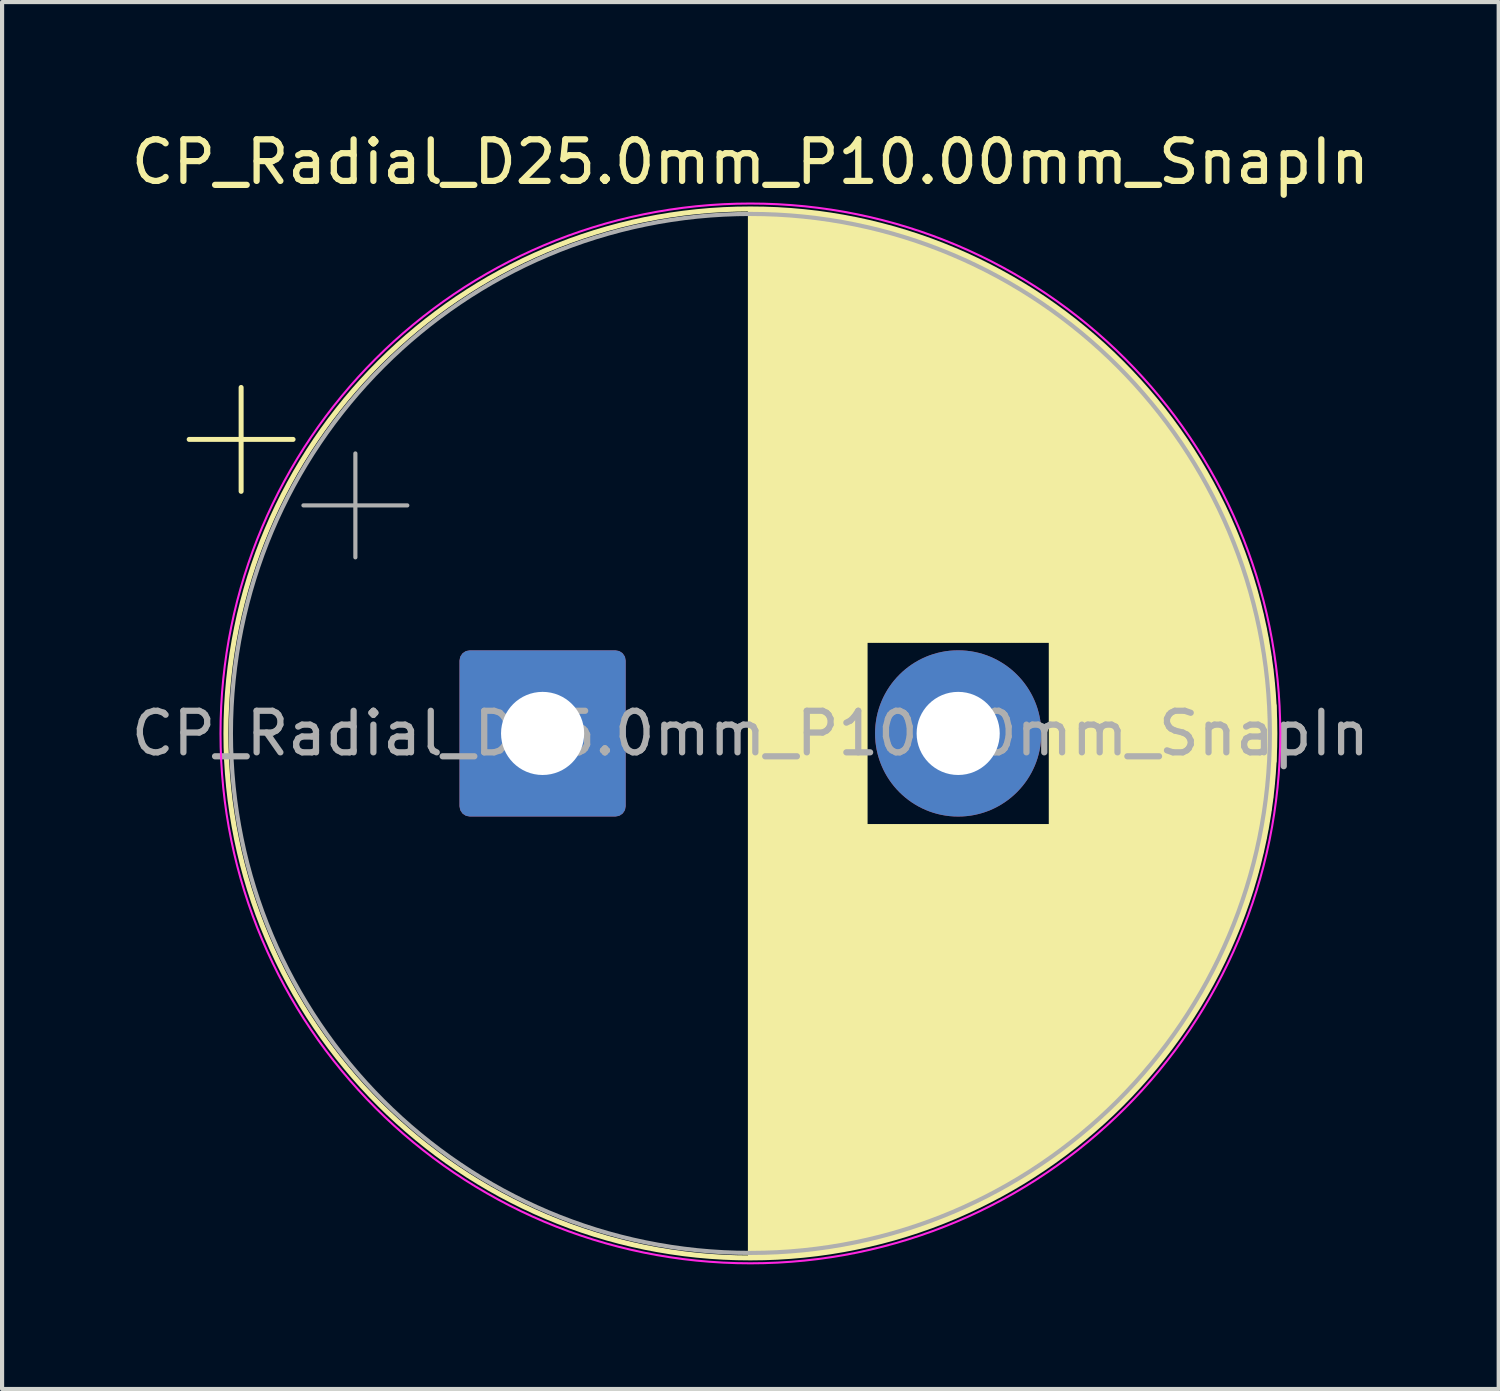
<source format=kicad_pcb>
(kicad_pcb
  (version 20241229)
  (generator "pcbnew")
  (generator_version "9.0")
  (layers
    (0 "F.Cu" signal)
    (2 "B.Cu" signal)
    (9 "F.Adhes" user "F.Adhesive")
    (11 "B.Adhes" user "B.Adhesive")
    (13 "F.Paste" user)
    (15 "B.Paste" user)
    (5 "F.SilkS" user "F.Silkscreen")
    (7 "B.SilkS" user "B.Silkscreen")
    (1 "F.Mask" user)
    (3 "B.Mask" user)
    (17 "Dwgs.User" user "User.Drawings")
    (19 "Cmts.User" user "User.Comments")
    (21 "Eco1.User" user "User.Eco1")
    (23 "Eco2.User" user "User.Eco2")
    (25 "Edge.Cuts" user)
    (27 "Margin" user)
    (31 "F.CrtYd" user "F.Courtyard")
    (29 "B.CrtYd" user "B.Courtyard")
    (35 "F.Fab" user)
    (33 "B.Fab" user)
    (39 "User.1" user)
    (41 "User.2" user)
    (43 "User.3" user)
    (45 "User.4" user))
  (footprint "CP_Radial_D25.0mm_P10.00mm_SnapIn"
    (layer "F.Cu")
    (at 10.006 14.598)
    (property "Reference" "CP_Radial_D25.0mm_P10.00mm_SnapIn" (at 5 -13.75 0) (layer "F.SilkS") (effects (font (size 1 1) (thickness 0.15))))
    (attr through_hole)
    (fp_line (start -8.504 -7.075) (end -6.004 -7.075) (stroke (width 0.12) (type solid)) (layer "F.SilkS"))
    (fp_line (start -7.254 -8.325) (end -7.254 -5.825) (stroke (width 0.12) (type solid)) (layer "F.SilkS"))
    (fp_line (start 5 -12.58) (end 5 12.58) (stroke (width 0.12) (type solid)) (layer "F.SilkS"))
    (fp_line (start 5.04 -12.58) (end 5.04 12.58) (stroke (width 0.12) (type solid)) (layer "F.SilkS"))
    (fp_line (start 5.08 -12.58) (end 5.08 12.58) (stroke (width 0.12) (type solid)) (layer "F.SilkS"))
    (fp_line (start 5.12 -12.579) (end 5.12 12.579) (stroke (width 0.12) (type solid)) (layer "F.SilkS"))
    (fp_line (start 5.16 -12.579) (end 5.16 12.579) (stroke (width 0.12) (type solid)) (layer "F.SilkS"))
    (fp_line (start 5.2 -12.578) (end 5.2 12.578) (stroke (width 0.12) (type solid)) (layer "F.SilkS"))
    (fp_line (start 5.24 -12.578) (end 5.24 12.578) (stroke (width 0.12) (type solid)) (layer "F.SilkS"))
    (fp_line (start 5.28 -12.577) (end 5.28 12.577) (stroke (width 0.12) (type solid)) (layer "F.SilkS"))
    (fp_line (start 5.32 -12.576) (end 5.32 12.576) (stroke (width 0.12) (type solid)) (layer "F.SilkS"))
    (fp_line (start 5.36 -12.575) (end 5.36 12.575) (stroke (width 0.12) (type solid)) (layer "F.SilkS"))
    (fp_line (start 5.4 -12.574) (end 5.4 12.574) (stroke (width 0.12) (type solid)) (layer "F.SilkS"))
    (fp_line (start 5.44 -12.572) (end 5.44 12.572) (stroke (width 0.12) (type solid)) (layer "F.SilkS"))
    (fp_line (start 5.48 -12.571) (end 5.48 12.571) (stroke (width 0.12) (type solid)) (layer "F.SilkS"))
    (fp_line (start 5.52 -12.569) (end 5.52 12.569) (stroke (width 0.12) (type solid)) (layer "F.SilkS"))
    (fp_line (start 5.56 -12.568) (end 5.56 12.568) (stroke (width 0.12) (type solid)) (layer "F.SilkS"))
    (fp_line (start 5.6 -12.566) (end 5.6 12.566) (stroke (width 0.12) (type solid)) (layer "F.SilkS"))
    (fp_line (start 5.64 -12.564) (end 5.64 12.564) (stroke (width 0.12) (type solid)) (layer "F.SilkS"))
    (fp_line (start 5.68 -12.562) (end 5.68 12.562) (stroke (width 0.12) (type solid)) (layer "F.SilkS"))
    (fp_line (start 5.72 -12.559) (end 5.72 12.559) (stroke (width 0.12) (type solid)) (layer "F.SilkS"))
    (fp_line (start 5.76 -12.557) (end 5.76 12.557) (stroke (width 0.12) (type solid)) (layer "F.SilkS"))
    (fp_line (start 5.8 -12.555) (end 5.8 12.555) (stroke (width 0.12) (type solid)) (layer "F.SilkS"))
    (fp_line (start 5.84 -12.552) (end 5.84 12.552) (stroke (width 0.12) (type solid)) (layer "F.SilkS"))
    (fp_line (start 5.88 -12.549) (end 5.88 12.549) (stroke (width 0.12) (type solid)) (layer "F.SilkS"))
    (fp_line (start 5.92 -12.546) (end 5.92 12.546) (stroke (width 0.12) (type solid)) (layer "F.SilkS"))
    (fp_line (start 5.96 -12.543) (end 5.96 12.543) (stroke (width 0.12) (type solid)) (layer "F.SilkS"))
    (fp_line (start 6 -12.54) (end 6 12.54) (stroke (width 0.12) (type solid)) (layer "F.SilkS"))
    (fp_line (start 6.04 -12.537) (end 6.04 12.537) (stroke (width 0.12) (type solid)) (layer "F.SilkS"))
    (fp_line (start 6.08 -12.534) (end 6.08 12.534) (stroke (width 0.12) (type solid)) (layer "F.SilkS"))
    (fp_line (start 6.12 -12.53) (end 6.12 12.53) (stroke (width 0.12) (type solid)) (layer "F.SilkS"))
    (fp_line (start 6.16 -12.527) (end 6.16 12.527) (stroke (width 0.12) (type solid)) (layer "F.SilkS"))
    (fp_line (start 6.2 -12.523) (end 6.2 12.523) (stroke (width 0.12) (type solid)) (layer "F.SilkS"))
    (fp_line (start 6.24 -12.519) (end 6.24 12.519) (stroke (width 0.12) (type solid)) (layer "F.SilkS"))
    (fp_line (start 6.28 -12.515) (end 6.28 12.515) (stroke (width 0.12) (type solid)) (layer "F.SilkS"))
    (fp_line (start 6.32 -12.511) (end 6.32 12.511) (stroke (width 0.12) (type solid)) (layer "F.SilkS"))
    (fp_line (start 6.36 -12.507) (end 6.36 12.507) (stroke (width 0.12) (type solid)) (layer "F.SilkS"))
    (fp_line (start 6.4 -12.502) (end 6.4 12.502) (stroke (width 0.12) (type solid)) (layer "F.SilkS"))
    (fp_line (start 6.44 -12.498) (end 6.44 12.498) (stroke (width 0.12) (type solid)) (layer "F.SilkS"))
    (fp_line (start 6.48 -12.493) (end 6.48 12.493) (stroke (width 0.12) (type solid)) (layer "F.SilkS"))
    (fp_line (start 6.52 -12.488) (end 6.52 12.488) (stroke (width 0.12) (type solid)) (layer "F.SilkS"))
    (fp_line (start 6.56 -12.483) (end 6.56 12.483) (stroke (width 0.12) (type solid)) (layer "F.SilkS"))
    (fp_line (start 6.6 -12.478) (end 6.6 12.478) (stroke (width 0.12) (type solid)) (layer "F.SilkS"))
    (fp_line (start 6.64 -12.473) (end 6.64 12.473) (stroke (width 0.12) (type solid)) (layer "F.SilkS"))
    (fp_line (start 6.68 -12.468) (end 6.68 12.468) (stroke (width 0.12) (type solid)) (layer "F.SilkS"))
    (fp_line (start 6.72 -12.462) (end 6.72 12.462) (stroke (width 0.12) (type solid)) (layer "F.SilkS"))
    (fp_line (start 6.76 -12.457) (end 6.76 12.457) (stroke (width 0.12) (type solid)) (layer "F.SilkS"))
    (fp_line (start 6.8 -12.451) (end 6.8 12.451) (stroke (width 0.12) (type solid)) (layer "F.SilkS"))
    (fp_line (start 6.84 -12.445) (end 6.84 12.445) (stroke (width 0.12) (type solid)) (layer "F.SilkS"))
    (fp_line (start 6.88 -12.439) (end 6.88 12.439) (stroke (width 0.12) (type solid)) (layer "F.SilkS"))
    (fp_line (start 6.92 -12.433) (end 6.92 12.433) (stroke (width 0.12) (type solid)) (layer "F.SilkS"))
    (fp_line (start 6.96 -12.427) (end 6.96 12.427) (stroke (width 0.12) (type solid)) (layer "F.SilkS"))
    (fp_line (start 7 -12.421) (end 7 12.421) (stroke (width 0.12) (type solid)) (layer "F.SilkS"))
    (fp_line (start 7.04 -12.414) (end 7.04 12.414) (stroke (width 0.12) (type solid)) (layer "F.SilkS"))
    (fp_line (start 7.08 -12.407) (end 7.08 12.407) (stroke (width 0.12) (type solid)) (layer "F.SilkS"))
    (fp_line (start 7.12 -12.401) (end 7.12 12.401) (stroke (width 0.12) (type solid)) (layer "F.SilkS"))
    (fp_line (start 7.16 -12.394) (end 7.16 12.394) (stroke (width 0.12) (type solid)) (layer "F.SilkS"))
    (fp_line (start 7.2 -12.387) (end 7.2 12.387) (stroke (width 0.12) (type solid)) (layer "F.SilkS"))
    (fp_line (start 7.24 -12.38) (end 7.24 12.38) (stroke (width 0.12) (type solid)) (layer "F.SilkS"))
    (fp_line (start 7.28 -12.372) (end 7.28 12.372) (stroke (width 0.12) (type solid)) (layer "F.SilkS"))
    (fp_line (start 7.32 -12.365) (end 7.32 12.365) (stroke (width 0.12) (type solid)) (layer "F.SilkS"))
    (fp_line (start 7.36 -12.357) (end 7.36 12.357) (stroke (width 0.12) (type solid)) (layer "F.SilkS"))
    (fp_line (start 7.4 -12.35) (end 7.4 12.35) (stroke (width 0.12) (type solid)) (layer "F.SilkS"))
    (fp_line (start 7.44 -12.342) (end 7.44 12.342) (stroke (width 0.12) (type solid)) (layer "F.SilkS"))
    (fp_line (start 7.48 -12.334) (end 7.48 12.334) (stroke (width 0.12) (type solid)) (layer "F.SilkS"))
    (fp_line (start 7.52 -12.326) (end 7.52 12.326) (stroke (width 0.12) (type solid)) (layer "F.SilkS"))
    (fp_line (start 7.56 -12.318) (end 7.56 12.318) (stroke (width 0.12) (type solid)) (layer "F.SilkS"))
    (fp_line (start 7.6 -12.309) (end 7.6 12.309) (stroke (width 0.12) (type solid)) (layer "F.SilkS"))
    (fp_line (start 7.64 -12.301) (end 7.64 12.301) (stroke (width 0.12) (type solid)) (layer "F.SilkS"))
    (fp_line (start 7.68 -12.292) (end 7.68 12.292) (stroke (width 0.12) (type solid)) (layer "F.SilkS"))
    (fp_line (start 7.72 -12.283) (end 7.72 12.283) (stroke (width 0.12) (type solid)) (layer "F.SilkS"))
    (fp_line (start 7.76 -12.274) (end 7.76 12.274) (stroke (width 0.12) (type solid)) (layer "F.SilkS"))
    (fp_line (start 7.8 -12.265) (end 7.8 -2.24) (stroke (width 0.12) (type solid)) (layer "F.SilkS"))
    (fp_line (start 7.8 2.24) (end 7.8 12.265) (stroke (width 0.12) (type solid)) (layer "F.SilkS"))
    (fp_line (start 7.84 -12.256) (end 7.84 -2.24) (stroke (width 0.12) (type solid)) (layer "F.SilkS"))
    (fp_line (start 7.84 2.24) (end 7.84 12.256) (stroke (width 0.12) (type solid)) (layer "F.SilkS"))
    (fp_line (start 7.88 -12.247) (end 7.88 -2.24) (stroke (width 0.12) (type solid)) (layer "F.SilkS"))
    (fp_line (start 7.88 2.24) (end 7.88 12.247) (stroke (width 0.12) (type solid)) (layer "F.SilkS"))
    (fp_line (start 7.92 -12.238) (end 7.92 -2.24) (stroke (width 0.12) (type solid)) (layer "F.SilkS"))
    (fp_line (start 7.92 2.24) (end 7.92 12.238) (stroke (width 0.12) (type solid)) (layer "F.SilkS"))
    (fp_line (start 7.96 -12.228) (end 7.96 -2.24) (stroke (width 0.12) (type solid)) (layer "F.SilkS"))
    (fp_line (start 7.96 2.24) (end 7.96 12.228) (stroke (width 0.12) (type solid)) (layer "F.SilkS"))
    (fp_line (start 8 -12.218) (end 8 -2.24) (stroke (width 0.12) (type solid)) (layer "F.SilkS"))
    (fp_line (start 8 2.24) (end 8 12.218) (stroke (width 0.12) (type solid)) (layer "F.SilkS"))
    (fp_line (start 8.04 -12.208) (end 8.04 -2.24) (stroke (width 0.12) (type solid)) (layer "F.SilkS"))
    (fp_line (start 8.04 2.24) (end 8.04 12.208) (stroke (width 0.12) (type solid)) (layer "F.SilkS"))
    (fp_line (start 8.08 -12.198) (end 8.08 -2.24) (stroke (width 0.12) (type solid)) (layer "F.SilkS"))
    (fp_line (start 8.08 2.24) (end 8.08 12.198) (stroke (width 0.12) (type solid)) (layer "F.SilkS"))
    (fp_line (start 8.12 -12.188) (end 8.12 -2.24) (stroke (width 0.12) (type solid)) (layer "F.SilkS"))
    (fp_line (start 8.12 2.24) (end 8.12 12.188) (stroke (width 0.12) (type solid)) (layer "F.SilkS"))
    (fp_line (start 8.16 -12.178) (end 8.16 -2.24) (stroke (width 0.12) (type solid)) (layer "F.SilkS"))
    (fp_line (start 8.16 2.24) (end 8.16 12.178) (stroke (width 0.12) (type solid)) (layer "F.SilkS"))
    (fp_line (start 8.2 -12.168) (end 8.2 -2.24) (stroke (width 0.12) (type solid)) (layer "F.SilkS"))
    (fp_line (start 8.2 2.24) (end 8.2 12.168) (stroke (width 0.12) (type solid)) (layer "F.SilkS"))
    (fp_line (start 8.24 -12.157) (end 8.24 -2.24) (stroke (width 0.12) (type solid)) (layer "F.SilkS"))
    (fp_line (start 8.24 2.24) (end 8.24 12.157) (stroke (width 0.12) (type solid)) (layer "F.SilkS"))
    (fp_line (start 8.28 -12.146) (end 8.28 -2.24) (stroke (width 0.12) (type solid)) (layer "F.SilkS"))
    (fp_line (start 8.28 2.24) (end 8.28 12.146) (stroke (width 0.12) (type solid)) (layer "F.SilkS"))
    (fp_line (start 8.32 -12.135) (end 8.32 -2.24) (stroke (width 0.12) (type solid)) (layer "F.SilkS"))
    (fp_line (start 8.32 2.24) (end 8.32 12.135) (stroke (width 0.12) (type solid)) (layer "F.SilkS"))
    (fp_line (start 8.36 -12.124) (end 8.36 -2.24) (stroke (width 0.12) (type solid)) (layer "F.SilkS"))
    (fp_line (start 8.36 2.24) (end 8.36 12.124) (stroke (width 0.12) (type solid)) (layer "F.SilkS"))
    (fp_line (start 8.4 -12.113) (end 8.4 -2.24) (stroke (width 0.12) (type solid)) (layer "F.SilkS"))
    (fp_line (start 8.4 2.24) (end 8.4 12.113) (stroke (width 0.12) (type solid)) (layer "F.SilkS"))
    (fp_line (start 8.44 -12.102) (end 8.44 -2.24) (stroke (width 0.12) (type solid)) (layer "F.SilkS"))
    (fp_line (start 8.44 2.24) (end 8.44 12.102) (stroke (width 0.12) (type solid)) (layer "F.SilkS"))
    (fp_line (start 8.48 -12.091) (end 8.48 -2.24) (stroke (width 0.12) (type solid)) (layer "F.SilkS"))
    (fp_line (start 8.48 2.24) (end 8.48 12.091) (stroke (width 0.12) (type solid)) (layer "F.SilkS"))
    (fp_line (start 8.52 -12.079) (end 8.52 -2.24) (stroke (width 0.12) (type solid)) (layer "F.SilkS"))
    (fp_line (start 8.52 2.24) (end 8.52 12.079) (stroke (width 0.12) (type solid)) (layer "F.SilkS"))
    (fp_line (start 8.56 -12.067) (end 8.56 -2.24) (stroke (width 0.12) (type solid)) (layer "F.SilkS"))
    (fp_line (start 8.56 2.24) (end 8.56 12.067) (stroke (width 0.12) (type solid)) (layer "F.SilkS"))
    (fp_line (start 8.6 -12.056) (end 8.6 -2.24) (stroke (width 0.12) (type solid)) (layer "F.SilkS"))
    (fp_line (start 8.6 2.24) (end 8.6 12.056) (stroke (width 0.12) (type solid)) (layer "F.SilkS"))
    (fp_line (start 8.64 -12.044) (end 8.64 -2.24) (stroke (width 0.12) (type solid)) (layer "F.SilkS"))
    (fp_line (start 8.64 2.24) (end 8.64 12.044) (stroke (width 0.12) (type solid)) (layer "F.SilkS"))
    (fp_line (start 8.68 -12.032) (end 8.68 -2.24) (stroke (width 0.12) (type solid)) (layer "F.SilkS"))
    (fp_line (start 8.68 2.24) (end 8.68 12.032) (stroke (width 0.12) (type solid)) (layer "F.SilkS"))
    (fp_line (start 8.72 -12.019) (end 8.72 -2.24) (stroke (width 0.12) (type solid)) (layer "F.SilkS"))
    (fp_line (start 8.72 2.24) (end 8.72 12.019) (stroke (width 0.12) (type solid)) (layer "F.SilkS"))
    (fp_line (start 8.76 -12.007) (end 8.76 -2.24) (stroke (width 0.12) (type solid)) (layer "F.SilkS"))
    (fp_line (start 8.76 2.24) (end 8.76 12.007) (stroke (width 0.12) (type solid)) (layer "F.SilkS"))
    (fp_line (start 8.8 -11.994) (end 8.8 -2.24) (stroke (width 0.12) (type solid)) (layer "F.SilkS"))
    (fp_line (start 8.8 2.24) (end 8.8 11.994) (stroke (width 0.12) (type solid)) (layer "F.SilkS"))
    (fp_line (start 8.84 -11.982) (end 8.84 -2.24) (stroke (width 0.12) (type solid)) (layer "F.SilkS"))
    (fp_line (start 8.84 2.24) (end 8.84 11.982) (stroke (width 0.12) (type solid)) (layer "F.SilkS"))
    (fp_line (start 8.88 -11.969) (end 8.88 -2.24) (stroke (width 0.12) (type solid)) (layer "F.SilkS"))
    (fp_line (start 8.88 2.24) (end 8.88 11.969) (stroke (width 0.12) (type solid)) (layer "F.SilkS"))
    (fp_line (start 8.92 -11.956) (end 8.92 -2.24) (stroke (width 0.12) (type solid)) (layer "F.SilkS"))
    (fp_line (start 8.92 2.24) (end 8.92 11.956) (stroke (width 0.12) (type solid)) (layer "F.SilkS"))
    (fp_line (start 8.96 -11.943) (end 8.96 -2.24) (stroke (width 0.12) (type solid)) (layer "F.SilkS"))
    (fp_line (start 8.96 2.24) (end 8.96 11.943) (stroke (width 0.12) (type solid)) (layer "F.SilkS"))
    (fp_line (start 9 -11.929) (end 9 -2.24) (stroke (width 0.12) (type solid)) (layer "F.SilkS"))
    (fp_line (start 9 2.24) (end 9 11.929) (stroke (width 0.12) (type solid)) (layer "F.SilkS"))
    (fp_line (start 9.04 -11.916) (end 9.04 -2.24) (stroke (width 0.12) (type solid)) (layer "F.SilkS"))
    (fp_line (start 9.04 2.24) (end 9.04 11.916) (stroke (width 0.12) (type solid)) (layer "F.SilkS"))
    (fp_line (start 9.08 -11.902) (end 9.08 -2.24) (stroke (width 0.12) (type solid)) (layer "F.SilkS"))
    (fp_line (start 9.08 2.24) (end 9.08 11.902) (stroke (width 0.12) (type solid)) (layer "F.SilkS"))
    (fp_line (start 9.12 -11.889) (end 9.12 -2.24) (stroke (width 0.12) (type solid)) (layer "F.SilkS"))
    (fp_line (start 9.12 2.24) (end 9.12 11.889) (stroke (width 0.12) (type solid)) (layer "F.SilkS"))
    (fp_line (start 9.16 -11.875) (end 9.16 -2.24) (stroke (width 0.12) (type solid)) (layer "F.SilkS"))
    (fp_line (start 9.16 2.24) (end 9.16 11.875) (stroke (width 0.12) (type solid)) (layer "F.SilkS"))
    (fp_line (start 9.2 -11.861) (end 9.2 -2.24) (stroke (width 0.12) (type solid)) (layer "F.SilkS"))
    (fp_line (start 9.2 2.24) (end 9.2 11.861) (stroke (width 0.12) (type solid)) (layer "F.SilkS"))
    (fp_line (start 9.24 -11.846) (end 9.24 -2.24) (stroke (width 0.12) (type solid)) (layer "F.SilkS"))
    (fp_line (start 9.24 2.24) (end 9.24 11.846) (stroke (width 0.12) (type solid)) (layer "F.SilkS"))
    (fp_line (start 9.28 -11.832) (end 9.28 -2.24) (stroke (width 0.12) (type solid)) (layer "F.SilkS"))
    (fp_line (start 9.28 2.24) (end 9.28 11.832) (stroke (width 0.12) (type solid)) (layer "F.SilkS"))
    (fp_line (start 9.32 -11.818) (end 9.32 -2.24) (stroke (width 0.12) (type solid)) (layer "F.SilkS"))
    (fp_line (start 9.32 2.24) (end 9.32 11.818) (stroke (width 0.12) (type solid)) (layer "F.SilkS"))
    (fp_line (start 9.36 -11.803) (end 9.36 -2.24) (stroke (width 0.12) (type solid)) (layer "F.SilkS"))
    (fp_line (start 9.36 2.24) (end 9.36 11.803) (stroke (width 0.12) (type solid)) (layer "F.SilkS"))
    (fp_line (start 9.4 -11.788) (end 9.4 -2.24) (stroke (width 0.12) (type solid)) (layer "F.SilkS"))
    (fp_line (start 9.4 2.24) (end 9.4 11.788) (stroke (width 0.12) (type solid)) (layer "F.SilkS"))
    (fp_line (start 9.44 -11.773) (end 9.44 -2.24) (stroke (width 0.12) (type solid)) (layer "F.SilkS"))
    (fp_line (start 9.44 2.24) (end 9.44 11.773) (stroke (width 0.12) (type solid)) (layer "F.SilkS"))
    (fp_line (start 9.48 -11.758) (end 9.48 -2.24) (stroke (width 0.12) (type solid)) (layer "F.SilkS"))
    (fp_line (start 9.48 2.24) (end 9.48 11.758) (stroke (width 0.12) (type solid)) (layer "F.SilkS"))
    (fp_line (start 9.52 -11.743) (end 9.52 -2.24) (stroke (width 0.12) (type solid)) (layer "F.SilkS"))
    (fp_line (start 9.52 2.24) (end 9.52 11.743) (stroke (width 0.12) (type solid)) (layer "F.SilkS"))
    (fp_line (start 9.56 -11.727) (end 9.56 -2.24) (stroke (width 0.12) (type solid)) (layer "F.SilkS"))
    (fp_line (start 9.56 2.24) (end 9.56 11.727) (stroke (width 0.12) (type solid)) (layer "F.SilkS"))
    (fp_line (start 9.6 -11.712) (end 9.6 -2.24) (stroke (width 0.12) (type solid)) (layer "F.SilkS"))
    (fp_line (start 9.6 2.24) (end 9.6 11.712) (stroke (width 0.12) (type solid)) (layer "F.SilkS"))
    (fp_line (start 9.64 -11.696) (end 9.64 -2.24) (stroke (width 0.12) (type solid)) (layer "F.SilkS"))
    (fp_line (start 9.64 2.24) (end 9.64 11.696) (stroke (width 0.12) (type solid)) (layer "F.SilkS"))
    (fp_line (start 9.68 -11.68) (end 9.68 -2.24) (stroke (width 0.12) (type solid)) (layer "F.SilkS"))
    (fp_line (start 9.68 2.24) (end 9.68 11.68) (stroke (width 0.12) (type solid)) (layer "F.SilkS"))
    (fp_line (start 9.72 -11.664) (end 9.72 -2.24) (stroke (width 0.12) (type solid)) (layer "F.SilkS"))
    (fp_line (start 9.72 2.24) (end 9.72 11.664) (stroke (width 0.12) (type solid)) (layer "F.SilkS"))
    (fp_line (start 9.76 -11.648) (end 9.76 -2.24) (stroke (width 0.12) (type solid)) (layer "F.SilkS"))
    (fp_line (start 9.76 2.24) (end 9.76 11.648) (stroke (width 0.12) (type solid)) (layer "F.SilkS"))
    (fp_line (start 9.8 -11.632) (end 9.8 -2.24) (stroke (width 0.12) (type solid)) (layer "F.SilkS"))
    (fp_line (start 9.8 2.24) (end 9.8 11.632) (stroke (width 0.12) (type solid)) (layer "F.SilkS"))
    (fp_line (start 9.84 -11.615) (end 9.84 -2.24) (stroke (width 0.12) (type solid)) (layer "F.SilkS"))
    (fp_line (start 9.84 2.24) (end 9.84 11.615) (stroke (width 0.12) (type solid)) (layer "F.SilkS"))
    (fp_line (start 9.88 -11.598) (end 9.88 -2.24) (stroke (width 0.12) (type solid)) (layer "F.SilkS"))
    (fp_line (start 9.88 2.24) (end 9.88 11.598) (stroke (width 0.12) (type solid)) (layer "F.SilkS"))
    (fp_line (start 9.92 -11.581) (end 9.92 -2.24) (stroke (width 0.12) (type solid)) (layer "F.SilkS"))
    (fp_line (start 9.92 2.24) (end 9.92 11.581) (stroke (width 0.12) (type solid)) (layer "F.SilkS"))
    (fp_line (start 9.96 -11.564) (end 9.96 -2.24) (stroke (width 0.12) (type solid)) (layer "F.SilkS"))
    (fp_line (start 9.96 2.24) (end 9.96 11.564) (stroke (width 0.12) (type solid)) (layer "F.SilkS"))
    (fp_line (start 10 -11.547) (end 10 -2.24) (stroke (width 0.12) (type solid)) (layer "F.SilkS"))
    (fp_line (start 10 2.24) (end 10 11.547) (stroke (width 0.12) (type solid)) (layer "F.SilkS"))
    (fp_line (start 10.04 -11.53) (end 10.04 -2.24) (stroke (width 0.12) (type solid)) (layer "F.SilkS"))
    (fp_line (start 10.04 2.24) (end 10.04 11.53) (stroke (width 0.12) (type solid)) (layer "F.SilkS"))
    (fp_line (start 10.08 -11.512) (end 10.08 -2.24) (stroke (width 0.12) (type solid)) (layer "F.SilkS"))
    (fp_line (start 10.08 2.24) (end 10.08 11.512) (stroke (width 0.12) (type solid)) (layer "F.SilkS"))
    (fp_line (start 10.12 -11.495) (end 10.12 -2.24) (stroke (width 0.12) (type solid)) (layer "F.SilkS"))
    (fp_line (start 10.12 2.24) (end 10.12 11.495) (stroke (width 0.12) (type solid)) (layer "F.SilkS"))
    (fp_line (start 10.16 -11.477) (end 10.16 -2.24) (stroke (width 0.12) (type solid)) (layer "F.SilkS"))
    (fp_line (start 10.16 2.24) (end 10.16 11.477) (stroke (width 0.12) (type solid)) (layer "F.SilkS"))
    (fp_line (start 10.2 -11.459) (end 10.2 -2.24) (stroke (width 0.12) (type solid)) (layer "F.SilkS"))
    (fp_line (start 10.2 2.24) (end 10.2 11.459) (stroke (width 0.12) (type solid)) (layer "F.SilkS"))
    (fp_line (start 10.24 -11.441) (end 10.24 -2.24) (stroke (width 0.12) (type solid)) (layer "F.SilkS"))
    (fp_line (start 10.24 2.24) (end 10.24 11.441) (stroke (width 0.12) (type solid)) (layer "F.SilkS"))
    (fp_line (start 10.28 -11.422) (end 10.28 -2.24) (stroke (width 0.12) (type solid)) (layer "F.SilkS"))
    (fp_line (start 10.28 2.24) (end 10.28 11.422) (stroke (width 0.12) (type solid)) (layer "F.SilkS"))
    (fp_line (start 10.32 -11.404) (end 10.32 -2.24) (stroke (width 0.12) (type solid)) (layer "F.SilkS"))
    (fp_line (start 10.32 2.24) (end 10.32 11.404) (stroke (width 0.12) (type solid)) (layer "F.SilkS"))
    (fp_line (start 10.36 -11.385) (end 10.36 -2.24) (stroke (width 0.12) (type solid)) (layer "F.SilkS"))
    (fp_line (start 10.36 2.24) (end 10.36 11.385) (stroke (width 0.12) (type solid)) (layer "F.SilkS"))
    (fp_line (start 10.4 -11.366) (end 10.4 -2.24) (stroke (width 0.12) (type solid)) (layer "F.SilkS"))
    (fp_line (start 10.4 2.24) (end 10.4 11.366) (stroke (width 0.12) (type solid)) (layer "F.SilkS"))
    (fp_line (start 10.44 -11.347) (end 10.44 -2.24) (stroke (width 0.12) (type solid)) (layer "F.SilkS"))
    (fp_line (start 10.44 2.24) (end 10.44 11.347) (stroke (width 0.12) (type solid)) (layer "F.SilkS"))
    (fp_line (start 10.48 -11.328) (end 10.48 -2.24) (stroke (width 0.12) (type solid)) (layer "F.SilkS"))
    (fp_line (start 10.48 2.24) (end 10.48 11.328) (stroke (width 0.12) (type solid)) (layer "F.SilkS"))
    (fp_line (start 10.52 -11.309) (end 10.52 -2.24) (stroke (width 0.12) (type solid)) (layer "F.SilkS"))
    (fp_line (start 10.52 2.24) (end 10.52 11.309) (stroke (width 0.12) (type solid)) (layer "F.SilkS"))
    (fp_line (start 10.56 -11.289) (end 10.56 -2.24) (stroke (width 0.12) (type solid)) (layer "F.SilkS"))
    (fp_line (start 10.56 2.24) (end 10.56 11.289) (stroke (width 0.12) (type solid)) (layer "F.SilkS"))
    (fp_line (start 10.6 -11.269) (end 10.6 -2.24) (stroke (width 0.12) (type solid)) (layer "F.SilkS"))
    (fp_line (start 10.6 2.24) (end 10.6 11.269) (stroke (width 0.12) (type solid)) (layer "F.SilkS"))
    (fp_line (start 10.64 -11.25) (end 10.64 -2.24) (stroke (width 0.12) (type solid)) (layer "F.SilkS"))
    (fp_line (start 10.64 2.24) (end 10.64 11.25) (stroke (width 0.12) (type solid)) (layer "F.SilkS"))
    (fp_line (start 10.68 -11.23) (end 10.68 -2.24) (stroke (width 0.12) (type solid)) (layer "F.SilkS"))
    (fp_line (start 10.68 2.24) (end 10.68 11.23) (stroke (width 0.12) (type solid)) (layer "F.SilkS"))
    (fp_line (start 10.72 -11.209) (end 10.72 -2.24) (stroke (width 0.12) (type solid)) (layer "F.SilkS"))
    (fp_line (start 10.72 2.24) (end 10.72 11.209) (stroke (width 0.12) (type solid)) (layer "F.SilkS"))
    (fp_line (start 10.76 -11.189) (end 10.76 -2.24) (stroke (width 0.12) (type solid)) (layer "F.SilkS"))
    (fp_line (start 10.76 2.24) (end 10.76 11.189) (stroke (width 0.12) (type solid)) (layer "F.SilkS"))
    (fp_line (start 10.8 -11.168) (end 10.8 -2.24) (stroke (width 0.12) (type solid)) (layer "F.SilkS"))
    (fp_line (start 10.8 2.24) (end 10.8 11.168) (stroke (width 0.12) (type solid)) (layer "F.SilkS"))
    (fp_line (start 10.84 -11.147) (end 10.84 -2.24) (stroke (width 0.12) (type solid)) (layer "F.SilkS"))
    (fp_line (start 10.84 2.24) (end 10.84 11.147) (stroke (width 0.12) (type solid)) (layer "F.SilkS"))
    (fp_line (start 10.88 -11.126) (end 10.88 -2.24) (stroke (width 0.12) (type solid)) (layer "F.SilkS"))
    (fp_line (start 10.88 2.24) (end 10.88 11.126) (stroke (width 0.12) (type solid)) (layer "F.SilkS"))
    (fp_line (start 10.92 -11.105) (end 10.92 -2.24) (stroke (width 0.12) (type solid)) (layer "F.SilkS"))
    (fp_line (start 10.92 2.24) (end 10.92 11.105) (stroke (width 0.12) (type solid)) (layer "F.SilkS"))
    (fp_line (start 10.96 -11.084) (end 10.96 -2.24) (stroke (width 0.12) (type solid)) (layer "F.SilkS"))
    (fp_line (start 10.96 2.24) (end 10.96 11.084) (stroke (width 0.12) (type solid)) (layer "F.SilkS"))
    (fp_line (start 11 -11.062) (end 11 -2.24) (stroke (width 0.12) (type solid)) (layer "F.SilkS"))
    (fp_line (start 11 2.24) (end 11 11.062) (stroke (width 0.12) (type solid)) (layer "F.SilkS"))
    (fp_line (start 11.04 -11.041) (end 11.04 -2.24) (stroke (width 0.12) (type solid)) (layer "F.SilkS"))
    (fp_line (start 11.04 2.24) (end 11.04 11.041) (stroke (width 0.12) (type solid)) (layer "F.SilkS"))
    (fp_line (start 11.08 -11.019) (end 11.08 -2.24) (stroke (width 0.12) (type solid)) (layer "F.SilkS"))
    (fp_line (start 11.08 2.24) (end 11.08 11.019) (stroke (width 0.12) (type solid)) (layer "F.SilkS"))
    (fp_line (start 11.12 -10.997) (end 11.12 -2.24) (stroke (width 0.12) (type solid)) (layer "F.SilkS"))
    (fp_line (start 11.12 2.24) (end 11.12 10.997) (stroke (width 0.12) (type solid)) (layer "F.SilkS"))
    (fp_line (start 11.16 -10.974) (end 11.16 -2.24) (stroke (width 0.12) (type solid)) (layer "F.SilkS"))
    (fp_line (start 11.16 2.24) (end 11.16 10.974) (stroke (width 0.12) (type solid)) (layer "F.SilkS"))
    (fp_line (start 11.2 -10.952) (end 11.2 -2.24) (stroke (width 0.12) (type solid)) (layer "F.SilkS"))
    (fp_line (start 11.2 2.24) (end 11.2 10.952) (stroke (width 0.12) (type solid)) (layer "F.SilkS"))
    (fp_line (start 11.24 -10.929) (end 11.24 -2.24) (stroke (width 0.12) (type solid)) (layer "F.SilkS"))
    (fp_line (start 11.24 2.24) (end 11.24 10.929) (stroke (width 0.12) (type solid)) (layer "F.SilkS"))
    (fp_line (start 11.28 -10.907) (end 11.28 -2.24) (stroke (width 0.12) (type solid)) (layer "F.SilkS"))
    (fp_line (start 11.28 2.24) (end 11.28 10.907) (stroke (width 0.12) (type solid)) (layer "F.SilkS"))
    (fp_line (start 11.32 -10.883) (end 11.32 -2.24) (stroke (width 0.12) (type solid)) (layer "F.SilkS"))
    (fp_line (start 11.32 2.24) (end 11.32 10.883) (stroke (width 0.12) (type solid)) (layer "F.SilkS"))
    (fp_line (start 11.36 -10.86) (end 11.36 -2.24) (stroke (width 0.12) (type solid)) (layer "F.SilkS"))
    (fp_line (start 11.36 2.24) (end 11.36 10.86) (stroke (width 0.12) (type solid)) (layer "F.SilkS"))
    (fp_line (start 11.4 -10.837) (end 11.4 -2.24) (stroke (width 0.12) (type solid)) (layer "F.SilkS"))
    (fp_line (start 11.4 2.24) (end 11.4 10.837) (stroke (width 0.12) (type solid)) (layer "F.SilkS"))
    (fp_line (start 11.44 -10.813) (end 11.44 -2.24) (stroke (width 0.12) (type solid)) (layer "F.SilkS"))
    (fp_line (start 11.44 2.24) (end 11.44 10.813) (stroke (width 0.12) (type solid)) (layer "F.SilkS"))
    (fp_line (start 11.48 -10.789) (end 11.48 -2.24) (stroke (width 0.12) (type solid)) (layer "F.SilkS"))
    (fp_line (start 11.48 2.24) (end 11.48 10.789) (stroke (width 0.12) (type solid)) (layer "F.SilkS"))
    (fp_line (start 11.52 -10.765) (end 11.52 -2.24) (stroke (width 0.12) (type solid)) (layer "F.SilkS"))
    (fp_line (start 11.52 2.24) (end 11.52 10.765) (stroke (width 0.12) (type solid)) (layer "F.SilkS"))
    (fp_line (start 11.56 -10.741) (end 11.56 -2.24) (stroke (width 0.12) (type solid)) (layer "F.SilkS"))
    (fp_line (start 11.56 2.24) (end 11.56 10.741) (stroke (width 0.12) (type solid)) (layer "F.SilkS"))
    (fp_line (start 11.6 -10.717) (end 11.6 -2.24) (stroke (width 0.12) (type solid)) (layer "F.SilkS"))
    (fp_line (start 11.6 2.24) (end 11.6 10.717) (stroke (width 0.12) (type solid)) (layer "F.SilkS"))
    (fp_line (start 11.64 -10.692) (end 11.64 -2.24) (stroke (width 0.12) (type solid)) (layer "F.SilkS"))
    (fp_line (start 11.64 2.24) (end 11.64 10.692) (stroke (width 0.12) (type solid)) (layer "F.SilkS"))
    (fp_line (start 11.68 -10.667) (end 11.68 -2.24) (stroke (width 0.12) (type solid)) (layer "F.SilkS"))
    (fp_line (start 11.68 2.24) (end 11.68 10.667) (stroke (width 0.12) (type solid)) (layer "F.SilkS"))
    (fp_line (start 11.72 -10.642) (end 11.72 -2.24) (stroke (width 0.12) (type solid)) (layer "F.SilkS"))
    (fp_line (start 11.72 2.24) (end 11.72 10.642) (stroke (width 0.12) (type solid)) (layer "F.SilkS"))
    (fp_line (start 11.76 -10.617) (end 11.76 -2.24) (stroke (width 0.12) (type solid)) (layer "F.SilkS"))
    (fp_line (start 11.76 2.24) (end 11.76 10.617) (stroke (width 0.12) (type solid)) (layer "F.SilkS"))
    (fp_line (start 11.8 -10.591) (end 11.8 -2.24) (stroke (width 0.12) (type solid)) (layer "F.SilkS"))
    (fp_line (start 11.8 2.24) (end 11.8 10.591) (stroke (width 0.12) (type solid)) (layer "F.SilkS"))
    (fp_line (start 11.84 -10.566) (end 11.84 -2.24) (stroke (width 0.12) (type solid)) (layer "F.SilkS"))
    (fp_line (start 11.84 2.24) (end 11.84 10.566) (stroke (width 0.12) (type solid)) (layer "F.SilkS"))
    (fp_line (start 11.88 -10.54) (end 11.88 -2.24) (stroke (width 0.12) (type solid)) (layer "F.SilkS"))
    (fp_line (start 11.88 2.24) (end 11.88 10.54) (stroke (width 0.12) (type solid)) (layer "F.SilkS"))
    (fp_line (start 11.92 -10.514) (end 11.92 -2.24) (stroke (width 0.12) (type solid)) (layer "F.SilkS"))
    (fp_line (start 11.92 2.24) (end 11.92 10.514) (stroke (width 0.12) (type solid)) (layer "F.SilkS"))
    (fp_line (start 11.96 -10.487) (end 11.96 -2.24) (stroke (width 0.12) (type solid)) (layer "F.SilkS"))
    (fp_line (start 11.96 2.24) (end 11.96 10.487) (stroke (width 0.12) (type solid)) (layer "F.SilkS"))
    (fp_line (start 12 -10.461) (end 12 -2.24) (stroke (width 0.12) (type solid)) (layer "F.SilkS"))
    (fp_line (start 12 2.24) (end 12 10.461) (stroke (width 0.12) (type solid)) (layer "F.SilkS"))
    (fp_line (start 12.04 -10.434) (end 12.04 -2.24) (stroke (width 0.12) (type solid)) (layer "F.SilkS"))
    (fp_line (start 12.04 2.24) (end 12.04 10.434) (stroke (width 0.12) (type solid)) (layer "F.SilkS"))
    (fp_line (start 12.08 -10.407) (end 12.08 -2.24) (stroke (width 0.12) (type solid)) (layer "F.SilkS"))
    (fp_line (start 12.08 2.24) (end 12.08 10.407) (stroke (width 0.12) (type solid)) (layer "F.SilkS"))
    (fp_line (start 12.12 -10.38) (end 12.12 -2.24) (stroke (width 0.12) (type solid)) (layer "F.SilkS"))
    (fp_line (start 12.12 2.24) (end 12.12 10.38) (stroke (width 0.12) (type solid)) (layer "F.SilkS"))
    (fp_line (start 12.16 -10.352) (end 12.16 -2.24) (stroke (width 0.12) (type solid)) (layer "F.SilkS"))
    (fp_line (start 12.16 2.24) (end 12.16 10.352) (stroke (width 0.12) (type solid)) (layer "F.SilkS"))
    (fp_line (start 12.2 -10.325) (end 12.2 -2.24) (stroke (width 0.12) (type solid)) (layer "F.SilkS"))
    (fp_line (start 12.2 2.24) (end 12.2 10.325) (stroke (width 0.12) (type solid)) (layer "F.SilkS"))
    (fp_line (start 12.24 -10.297) (end 12.24 10.297) (stroke (width 0.12) (type solid)) (layer "F.SilkS"))
    (fp_line (start 12.28 -10.269) (end 12.28 10.269) (stroke (width 0.12) (type solid)) (layer "F.SilkS"))
    (fp_line (start 12.32 -10.24) (end 12.32 10.24) (stroke (width 0.12) (type solid)) (layer "F.SilkS"))
    (fp_line (start 12.36 -10.212) (end 12.36 10.212) (stroke (width 0.12) (type solid)) (layer "F.SilkS"))
    (fp_line (start 12.4 -10.183) (end 12.4 10.183) (stroke (width 0.12) (type solid)) (layer "F.SilkS"))
    (fp_line (start 12.44 -10.154) (end 12.44 10.154) (stroke (width 0.12) (type solid)) (layer "F.SilkS"))
    (fp_line (start 12.48 -10.124) (end 12.48 10.124) (stroke (width 0.12) (type solid)) (layer "F.SilkS"))
    (fp_line (start 12.52 -10.095) (end 12.52 10.095) (stroke (width 0.12) (type solid)) (layer "F.SilkS"))
    (fp_line (start 12.56 -10.065) (end 12.56 10.065) (stroke (width 0.12) (type solid)) (layer "F.SilkS"))
    (fp_line (start 12.6 -10.035) (end 12.6 10.035) (stroke (width 0.12) (type solid)) (layer "F.SilkS"))
    (fp_line (start 12.64 -10.005) (end 12.64 10.005) (stroke (width 0.12) (type solid)) (layer "F.SilkS"))
    (fp_line (start 12.68 -9.974) (end 12.68 9.974) (stroke (width 0.12) (type solid)) (layer "F.SilkS"))
    (fp_line (start 12.72 -9.943) (end 12.72 9.943) (stroke (width 0.12) (type solid)) (layer "F.SilkS"))
    (fp_line (start 12.76 -9.912) (end 12.76 9.912) (stroke (width 0.12) (type solid)) (layer "F.SilkS"))
    (fp_line (start 12.8 -9.881) (end 12.8 9.881) (stroke (width 0.12) (type solid)) (layer "F.SilkS"))
    (fp_line (start 12.84 -9.849) (end 12.84 9.849) (stroke (width 0.12) (type solid)) (layer "F.SilkS"))
    (fp_line (start 12.88 -9.817) (end 12.88 9.817) (stroke (width 0.12) (type solid)) (layer "F.SilkS"))
    (fp_line (start 12.92 -9.785) (end 12.92 9.785) (stroke (width 0.12) (type solid)) (layer "F.SilkS"))
    (fp_line (start 12.96 -9.753) (end 12.96 9.753) (stroke (width 0.12) (type solid)) (layer "F.SilkS"))
    (fp_line (start 13 -9.72) (end 13 9.72) (stroke (width 0.12) (type solid)) (layer "F.SilkS"))
    (fp_line (start 13.04 -9.687) (end 13.04 9.687) (stroke (width 0.12) (type solid)) (layer "F.SilkS"))
    (fp_line (start 13.08 -9.654) (end 13.08 9.654) (stroke (width 0.12) (type solid)) (layer "F.SilkS"))
    (fp_line (start 13.12 -9.621) (end 13.12 9.621) (stroke (width 0.12) (type solid)) (layer "F.SilkS"))
    (fp_line (start 13.16 -9.587) (end 13.16 9.587) (stroke (width 0.12) (type solid)) (layer "F.SilkS"))
    (fp_line (start 13.2 -9.553) (end 13.2 9.553) (stroke (width 0.12) (type solid)) (layer "F.SilkS"))
    (fp_line (start 13.24 -9.519) (end 13.24 9.519) (stroke (width 0.12) (type solid)) (layer "F.SilkS"))
    (fp_line (start 13.28 -9.484) (end 13.28 9.484) (stroke (width 0.12) (type solid)) (layer "F.SilkS"))
    (fp_line (start 13.32 -9.449) (end 13.32 9.449) (stroke (width 0.12) (type solid)) (layer "F.SilkS"))
    (fp_line (start 13.36 -9.414) (end 13.36 9.414) (stroke (width 0.12) (type solid)) (layer "F.SilkS"))
    (fp_line (start 13.4 -9.378) (end 13.4 9.378) (stroke (width 0.12) (type solid)) (layer "F.SilkS"))
    (fp_line (start 13.44 -9.342) (end 13.44 9.342) (stroke (width 0.12) (type solid)) (layer "F.SilkS"))
    (fp_line (start 13.48 -9.306) (end 13.48 9.306) (stroke (width 0.12) (type solid)) (layer "F.SilkS"))
    (fp_line (start 13.52 -9.27) (end 13.52 9.27) (stroke (width 0.12) (type solid)) (layer "F.SilkS"))
    (fp_line (start 13.56 -9.233) (end 13.56 9.233) (stroke (width 0.12) (type solid)) (layer "F.SilkS"))
    (fp_line (start 13.6 -9.196) (end 13.6 9.196) (stroke (width 0.12) (type solid)) (layer "F.SilkS"))
    (fp_line (start 13.64 -9.159) (end 13.64 9.159) (stroke (width 0.12) (type solid)) (layer "F.SilkS"))
    (fp_line (start 13.68 -9.121) (end 13.68 9.121) (stroke (width 0.12) (type solid)) (layer "F.SilkS"))
    (fp_line (start 13.72 -9.083) (end 13.72 9.083) (stroke (width 0.12) (type solid)) (layer "F.SilkS"))
    (fp_line (start 13.76 -9.044) (end 13.76 9.044) (stroke (width 0.12) (type solid)) (layer "F.SilkS"))
    (fp_line (start 13.8 -9.006) (end 13.8 9.006) (stroke (width 0.12) (type solid)) (layer "F.SilkS"))
    (fp_line (start 13.84 -8.967) (end 13.84 8.967) (stroke (width 0.12) (type solid)) (layer "F.SilkS"))
    (fp_line (start 13.88 -8.927) (end 13.88 8.927) (stroke (width 0.12) (type solid)) (layer "F.SilkS"))
    (fp_line (start 13.92 -8.887) (end 13.92 8.887) (stroke (width 0.12) (type solid)) (layer "F.SilkS"))
    (fp_line (start 13.96 -8.847) (end 13.96 8.847) (stroke (width 0.12) (type solid)) (layer "F.SilkS"))
    (fp_line (start 14 -8.807) (end 14 8.807) (stroke (width 0.12) (type solid)) (layer "F.SilkS"))
    (fp_line (start 14.04 -8.766) (end 14.04 8.766) (stroke (width 0.12) (type solid)) (layer "F.SilkS"))
    (fp_line (start 14.08 -8.725) (end 14.08 8.725) (stroke (width 0.12) (type solid)) (layer "F.SilkS"))
    (fp_line (start 14.12 -8.683) (end 14.12 8.683) (stroke (width 0.12) (type solid)) (layer "F.SilkS"))
    (fp_line (start 14.16 -8.641) (end 14.16 8.641) (stroke (width 0.12) (type solid)) (layer "F.SilkS"))
    (fp_line (start 14.2 -8.599) (end 14.2 8.599) (stroke (width 0.12) (type solid)) (layer "F.SilkS"))
    (fp_line (start 14.24 -8.556) (end 14.24 8.556) (stroke (width 0.12) (type solid)) (layer "F.SilkS"))
    (fp_line (start 14.28 -8.513) (end 14.28 8.513) (stroke (width 0.12) (type solid)) (layer "F.SilkS"))
    (fp_line (start 14.32 -8.469) (end 14.32 8.469) (stroke (width 0.12) (type solid)) (layer "F.SilkS"))
    (fp_line (start 14.36 -8.425) (end 14.36 8.425) (stroke (width 0.12) (type solid)) (layer "F.SilkS"))
    (fp_line (start 14.4 -8.38) (end 14.4 8.38) (stroke (width 0.12) (type solid)) (layer "F.SilkS"))
    (fp_line (start 14.44 -8.336) (end 14.44 8.336) (stroke (width 0.12) (type solid)) (layer "F.SilkS"))
    (fp_line (start 14.48 -8.29) (end 14.48 8.29) (stroke (width 0.12) (type solid)) (layer "F.SilkS"))
    (fp_line (start 14.52 -8.245) (end 14.52 8.245) (stroke (width 0.12) (type solid)) (layer "F.SilkS"))
    (fp_line (start 14.56 -8.198) (end 14.56 8.198) (stroke (width 0.12) (type solid)) (layer "F.SilkS"))
    (fp_line (start 14.6 -8.152) (end 14.6 8.152) (stroke (width 0.12) (type solid)) (layer "F.SilkS"))
    (fp_line (start 14.64 -8.105) (end 14.64 8.105) (stroke (width 0.12) (type solid)) (layer "F.SilkS"))
    (fp_line (start 14.68 -8.057) (end 14.68 8.057) (stroke (width 0.12) (type solid)) (layer "F.SilkS"))
    (fp_line (start 14.72 -8.009) (end 14.72 8.009) (stroke (width 0.12) (type solid)) (layer "F.SilkS"))
    (fp_line (start 14.76 -7.96) (end 14.76 7.96) (stroke (width 0.12) (type solid)) (layer "F.SilkS"))
    (fp_line (start 14.8 -7.911) (end 14.8 7.911) (stroke (width 0.12) (type solid)) (layer "F.SilkS"))
    (fp_line (start 14.84 -7.862) (end 14.84 7.862) (stroke (width 0.12) (type solid)) (layer "F.SilkS"))
    (fp_line (start 14.88 -7.812) (end 14.88 7.812) (stroke (width 0.12) (type solid)) (layer "F.SilkS"))
    (fp_line (start 14.92 -7.761) (end 14.92 7.761) (stroke (width 0.12) (type solid)) (layer "F.SilkS"))
    (fp_line (start 14.96 -7.71) (end 14.96 7.71) (stroke (width 0.12) (type solid)) (layer "F.SilkS"))
    (fp_line (start 15 -7.658) (end 15 7.658) (stroke (width 0.12) (type solid)) (layer "F.SilkS"))
    (fp_line (start 15.04 -7.606) (end 15.04 7.606) (stroke (width 0.12) (type solid)) (layer "F.SilkS"))
    (fp_line (start 15.08 -7.553) (end 15.08 7.553) (stroke (width 0.12) (type solid)) (layer "F.SilkS"))
    (fp_line (start 15.12 -7.5) (end 15.12 7.5) (stroke (width 0.12) (type solid)) (layer "F.SilkS"))
    (fp_line (start 15.16 -7.446) (end 15.16 7.446) (stroke (width 0.12) (type solid)) (layer "F.SilkS"))
    (fp_line (start 15.2 -7.391) (end 15.2 7.391) (stroke (width 0.12) (type solid)) (layer "F.SilkS"))
    (fp_line (start 15.24 -7.336) (end 15.24 7.336) (stroke (width 0.12) (type solid)) (layer "F.SilkS"))
    (fp_line (start 15.28 -7.28) (end 15.28 7.28) (stroke (width 0.12) (type solid)) (layer "F.SilkS"))
    (fp_line (start 15.32 -7.224) (end 15.32 7.224) (stroke (width 0.12) (type solid)) (layer "F.SilkS"))
    (fp_line (start 15.36 -7.167) (end 15.36 7.167) (stroke (width 0.12) (type solid)) (layer "F.SilkS"))
    (fp_line (start 15.4 -7.109) (end 15.4 7.109) (stroke (width 0.12) (type solid)) (layer "F.SilkS"))
    (fp_line (start 15.44 -7.05) (end 15.44 7.05) (stroke (width 0.12) (type solid)) (layer "F.SilkS"))
    (fp_line (start 15.48 -6.991) (end 15.48 6.991) (stroke (width 0.12) (type solid)) (layer "F.SilkS"))
    (fp_line (start 15.52 -6.931) (end 15.52 6.931) (stroke (width 0.12) (type solid)) (layer "F.SilkS"))
    (fp_line (start 15.56 -6.87) (end 15.56 6.87) (stroke (width 0.12) (type solid)) (layer "F.SilkS"))
    (fp_line (start 15.6 -6.809) (end 15.6 6.809) (stroke (width 0.12) (type solid)) (layer "F.SilkS"))
    (fp_line (start 15.64 -6.746) (end 15.64 6.746) (stroke (width 0.12) (type solid)) (layer "F.SilkS"))
    (fp_line (start 15.68 -6.683) (end 15.68 6.683) (stroke (width 0.12) (type solid)) (layer "F.SilkS"))
    (fp_line (start 15.72 -6.619) (end 15.72 6.619) (stroke (width 0.12) (type solid)) (layer "F.SilkS"))
    (fp_line (start 15.76 -6.554) (end 15.76 6.554) (stroke (width 0.12) (type solid)) (layer "F.SilkS"))
    (fp_line (start 15.8 -6.489) (end 15.8 6.489) (stroke (width 0.12) (type solid)) (layer "F.SilkS"))
    (fp_line (start 15.84 -6.422) (end 15.84 6.422) (stroke (width 0.12) (type solid)) (layer "F.SilkS"))
    (fp_line (start 15.88 -6.355) (end 15.88 6.355) (stroke (width 0.12) (type solid)) (layer "F.SilkS"))
    (fp_line (start 15.92 -6.286) (end 15.92 6.286) (stroke (width 0.12) (type solid)) (layer "F.SilkS"))
    (fp_line (start 15.96 -6.216) (end 15.96 6.216) (stroke (width 0.12) (type solid)) (layer "F.SilkS"))
    (fp_line (start 16 -6.146) (end 16 6.146) (stroke (width 0.12) (type solid)) (layer "F.SilkS"))
    (fp_line (start 16.04 -6.074) (end 16.04 6.074) (stroke (width 0.12) (type solid)) (layer "F.SilkS"))
    (fp_line (start 16.08 -6.001) (end 16.08 6.001) (stroke (width 0.12) (type solid)) (layer "F.SilkS"))
    (fp_line (start 16.12 -5.927) (end 16.12 5.927) (stroke (width 0.12) (type solid)) (layer "F.SilkS"))
    (fp_line (start 16.16 -5.852) (end 16.16 5.852) (stroke (width 0.12) (type solid)) (layer "F.SilkS"))
    (fp_line (start 16.2 -5.776) (end 16.2 5.776) (stroke (width 0.12) (type solid)) (layer "F.SilkS"))
    (fp_line (start 16.24 -5.698) (end 16.24 5.698) (stroke (width 0.12) (type solid)) (layer "F.SilkS"))
    (fp_line (start 16.28 -5.619) (end 16.28 5.619) (stroke (width 0.12) (type solid)) (layer "F.SilkS"))
    (fp_line (start 16.32 -5.539) (end 16.32 5.539) (stroke (width 0.12) (type solid)) (layer "F.SilkS"))
    (fp_line (start 16.36 -5.457) (end 16.36 5.457) (stroke (width 0.12) (type solid)) (layer "F.SilkS"))
    (fp_line (start 16.4 -5.373) (end 16.4 5.373) (stroke (width 0.12) (type solid)) (layer "F.SilkS"))
    (fp_line (start 16.44 -5.288) (end 16.44 5.288) (stroke (width 0.12) (type solid)) (layer "F.SilkS"))
    (fp_line (start 16.48 -5.202) (end 16.48 5.202) (stroke (width 0.12) (type solid)) (layer "F.SilkS"))
    (fp_line (start 16.52 -5.113) (end 16.52 5.113) (stroke (width 0.12) (type solid)) (layer "F.SilkS"))
    (fp_line (start 16.56 -5.023) (end 16.56 5.023) (stroke (width 0.12) (type solid)) (layer "F.SilkS"))
    (fp_line (start 16.6 -4.93) (end 16.6 4.93) (stroke (width 0.12) (type solid)) (layer "F.SilkS"))
    (fp_line (start 16.64 -4.836) (end 16.64 4.836) (stroke (width 0.12) (type solid)) (layer "F.SilkS"))
    (fp_line (start 16.68 -4.739) (end 16.68 4.739) (stroke (width 0.12) (type solid)) (layer "F.SilkS"))
    (fp_line (start 16.72 -4.64) (end 16.72 4.64) (stroke (width 0.12) (type solid)) (layer "F.SilkS"))
    (fp_line (start 16.76 -4.539) (end 16.76 4.539) (stroke (width 0.12) (type solid)) (layer "F.SilkS"))
    (fp_line (start 16.8 -4.435) (end 16.8 4.435) (stroke (width 0.12) (type solid)) (layer "F.SilkS"))
    (fp_line (start 16.84 -4.328) (end 16.84 4.328) (stroke (width 0.12) (type solid)) (layer "F.SilkS"))
    (fp_line (start 16.88 -4.218) (end 16.88 4.218) (stroke (width 0.12) (type solid)) (layer "F.SilkS"))
    (fp_line (start 16.92 -4.105) (end 16.92 4.105) (stroke (width 0.12) (type solid)) (layer "F.SilkS"))
    (fp_line (start 16.96 -3.988) (end 16.96 3.988) (stroke (width 0.12) (type solid)) (layer "F.SilkS"))
    (fp_line (start 17 -3.867) (end 17 3.867) (stroke (width 0.12) (type solid)) (layer "F.SilkS"))
    (fp_line (start 17.04 -3.742) (end 17.04 3.742) (stroke (width 0.12) (type solid)) (layer "F.SilkS"))
    (fp_line (start 17.08 -3.612) (end 17.08 3.612) (stroke (width 0.12) (type solid)) (layer "F.SilkS"))
    (fp_line (start 17.12 -3.477) (end 17.12 3.477) (stroke (width 0.12) (type solid)) (layer "F.SilkS"))
    (fp_line (start 17.16 -3.336) (end 17.16 3.336) (stroke (width 0.12) (type solid)) (layer "F.SilkS"))
    (fp_line (start 17.2 -3.189) (end 17.2 3.189) (stroke (width 0.12) (type solid)) (layer "F.SilkS"))
    (fp_line (start 17.24 -3.034) (end 17.24 3.034) (stroke (width 0.12) (type solid)) (layer "F.SilkS"))
    (fp_line (start 17.28 -2.87) (end 17.28 2.87) (stroke (width 0.12) (type solid)) (layer "F.SilkS"))
    (fp_line (start 17.32 -2.695) (end 17.32 2.695) (stroke (width 0.12) (type solid)) (layer "F.SilkS"))
    (fp_line (start 17.36 -2.508) (end 17.36 2.508) (stroke (width 0.12) (type solid)) (layer "F.SilkS"))
    (fp_line (start 17.4 -2.306) (end 17.4 2.306) (stroke (width 0.12) (type solid)) (layer "F.SilkS"))
    (fp_line (start 17.44 -2.084) (end 17.44 2.084) (stroke (width 0.12) (type solid)) (layer "F.SilkS"))
    (fp_line (start 17.48 -1.835) (end 17.48 1.835) (stroke (width 0.12) (type solid)) (layer "F.SilkS"))
    (fp_line (start 17.52 -1.546) (end 17.52 1.546) (stroke (width 0.12) (type solid)) (layer "F.SilkS"))
    (fp_line (start 17.56 -1.189) (end 17.56 1.189) (stroke (width 0.12) (type solid)) (layer "F.SilkS"))
    (fp_line (start 17.6 -0.67) (end 17.6 0.67) (stroke (width 0.12) (type solid)) (layer "F.SilkS"))
    (fp_circle (center 5 0) (end 17.62 0) (stroke (width 0.12) (type solid)) (fill no) (layer "F.SilkS"))
    (fp_circle (center 5 0) (end 17.75 0) (stroke (width 0.05) (type solid)) (fill no) (layer "F.CrtYd"))
    (fp_line (start -5.755 -5.487) (end -3.255 -5.487) (stroke (width 0.1) (type solid)) (layer "F.Fab"))
    (fp_line (start -4.505 -6.737) (end -4.505 -4.237) (stroke (width 0.1) (type solid)) (layer "F.Fab"))
    (fp_circle (center 5 0) (end 17.5 0) (stroke (width 0.1) (type solid)) (fill no) (layer "F.Fab"))
    (fp_text user "${REFERENCE}" (at 5 0 0) (layer "F.Fab") (effects (font (size 1 1) (thickness 0.15))))
    (pad "1" thru_hole roundrect (at 0 0) (size 4 4) (drill 2) (layers "*.Cu" "*.Mask") (roundrect_rratio 0.062))
    (pad "2" thru_hole circle (at 10 0) (size 4 4) (drill 2) (layers "*.Cu" "*.Mask")))
  (gr_rect
    (start -3 -3)
    (end 33.012 30.373)
    (stroke (width 0.1) (type default))
    (fill no)
    (layer "Edge.Cuts")))
</source>
